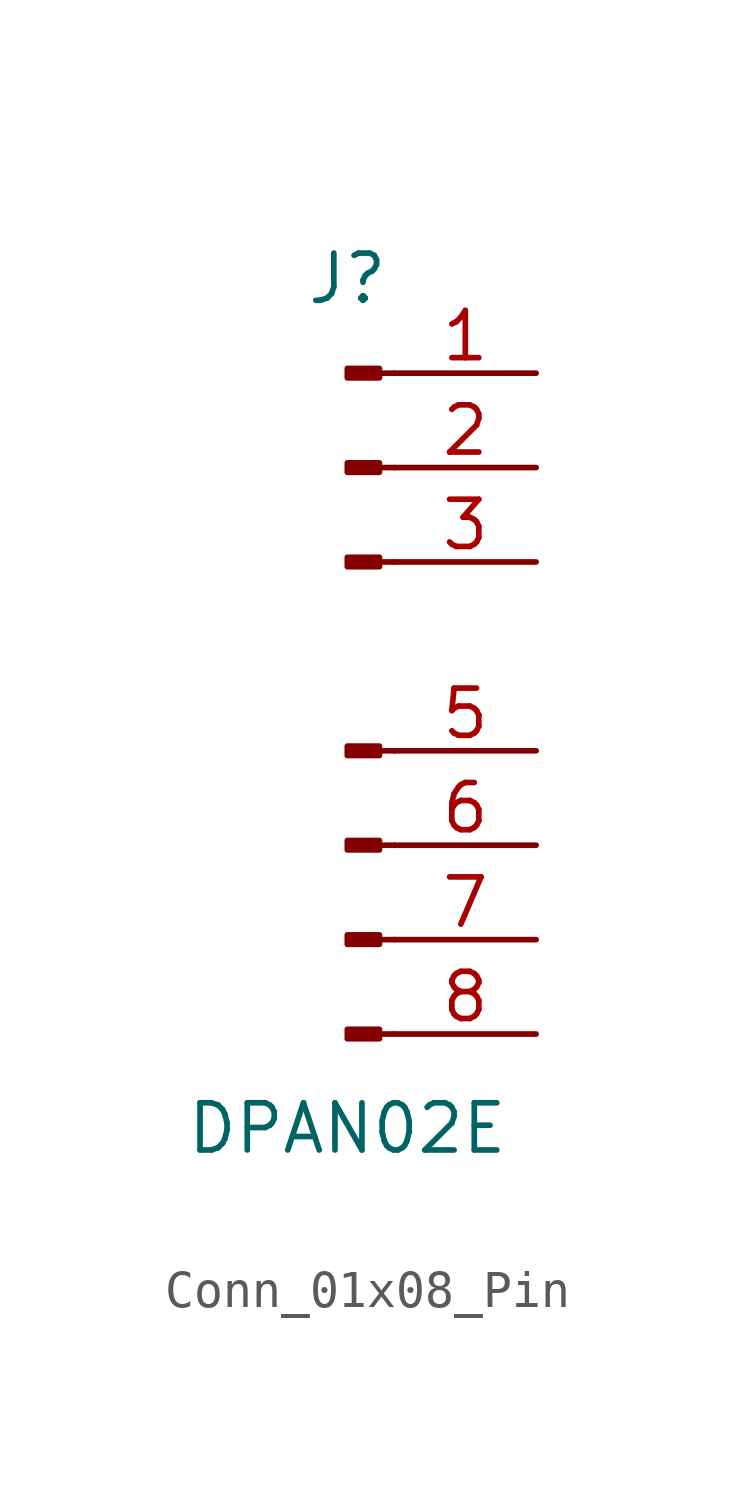
<source format=kicad_sym>
(kicad_symbol_lib
  (version 20220914)
  (generator kicad_symbol_editor)
  (symbol "Conn_01x08_Pin"
    (pin_names
      (offset 1.016) hide)
    (property "Reference" "J"
      (at 0 10.16 0)
      (effects (font (size 1.27 1.27))))
    (property "Value" "DPAN02E"
      (at 0 -12.7 0)
      (effects (font (size 1.27 1.27))))
    (property "ki_locked" ""
      (at 0 0 0)
      (effects (font (size 1.27 1.27))))
    (symbol "Conn_01x08_Pin_1_1"
      (polyline (pts (xy 1.27 -10.16) (xy 0.864 -10.16)) (stroke (width 0.152) (type default)) (fill (type none)))
      (polyline (pts (xy 1.27 -7.62) (xy 0.864 -7.62)) (stroke (width 0.152) (type default)) (fill (type none)))
      (polyline (pts (xy 1.27 -5.08) (xy 0.864 -5.08)) (stroke (width 0.152) (type default)) (fill (type none)))
      (polyline (pts (xy 1.27 -2.54) (xy 0.864 -2.54)) (stroke (width 0.152) (type default)) (fill (type none)))
      (polyline (pts (xy 1.27 2.54) (xy 0.864 2.54)) (stroke (width 0.152) (type default)) (fill (type none)))
      (polyline (pts (xy 1.27 5.08) (xy 0.864 5.08)) (stroke (width 0.152) (type default)) (fill (type none)))
      (polyline (pts (xy 1.27 7.62) (xy 0.864 7.62)) (stroke (width 0.152) (type default)) (fill (type none)))
      (rectangle (start 0.864 -10.033) (end 0 -10.287) (stroke (width 0.152) (type default)) (fill (type outline)))
      (rectangle (start 0.864 -7.493) (end 0 -7.747) (stroke (width 0.152) (type default)) (fill (type outline)))
      (rectangle (start 0.864 -4.953) (end 0 -5.207) (stroke (width 0.152) (type default)) (fill (type outline)))
      (rectangle (start 0.864 -2.413) (end 0 -2.667) (stroke (width 0.152) (type default)) (fill (type outline)))
      (rectangle (start 0.864 2.667) (end 0 2.413) (stroke (width 0.152) (type default)) (fill (type outline)))
      (rectangle (start 0.864 5.207) (end 0 4.953) (stroke (width 0.152) (type default)) (fill (type outline)))
      (rectangle (start 0.864 7.747) (end 0 7.493) (stroke (width 0.152) (type default)) (fill (type outline)))
      (pin power_in line (at 5.08 7.62 180) (length 3.81) (name "-Vin" (effects (font (size 1.27 1.27)))) (number "1" (effects (font (size 1.27 1.27)))))
      (pin power_in line (at 5.08 5.08 180) (length 3.81) (name "+Vin" (effects (font (size 1.27 1.27)))) (number "2" (effects (font (size 1.27 1.27)))))
      (pin input line (at 5.08 2.54 180) (length 3.81) (name "R.C." (effects (font (size 1.27 1.27)))) (number "3" (effects (font (size 1.27 1.27)))))
      (pin passive line (at 5.08 -2.54 180) (length 3.81) (name "N.C." (effects (font (size 1.27 1.27)))) (number "5" (effects (font (size 1.27 1.27)))))
      (pin power_out line (at 5.08 -5.08 180) (length 3.81) (name "+Vout" (effects (font (size 1.27 1.27)))) (number "6" (effects (font (size 1.27 1.27)))))
      (pin bidirectional line (at 5.08 -7.62 180) (length 3.81) (name "Common" (effects (font (size 1.27 1.27)))) (number "7" (effects (font (size 1.27 1.27)))))
      (pin power_out line (at 5.08 -10.16 180) (length 3.81) (name "-Vout" (effects (font (size 1.27 1.27)))) (number "8" (effects (font (size 1.27 1.27))))))))
</source>
